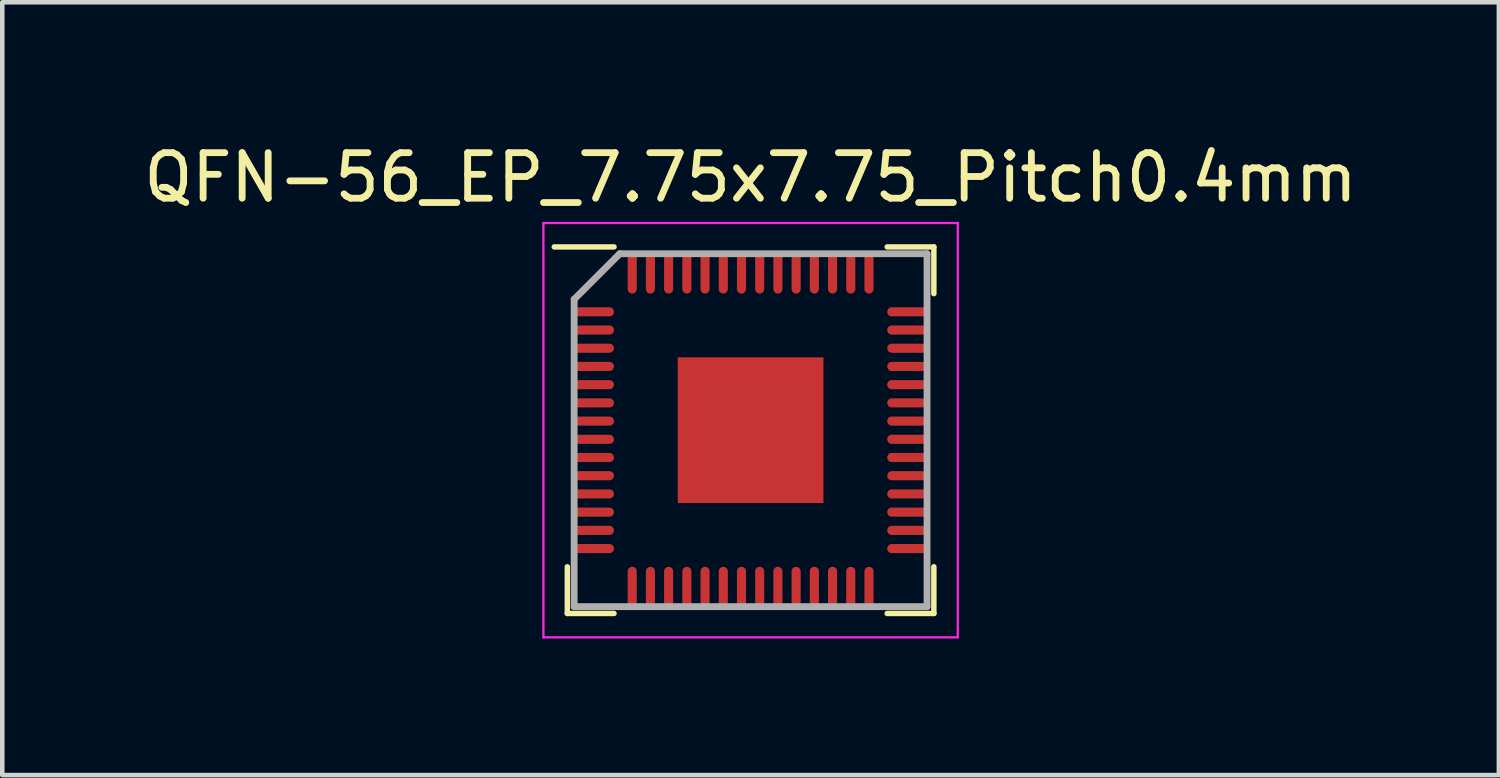
<source format=kicad_pcb>
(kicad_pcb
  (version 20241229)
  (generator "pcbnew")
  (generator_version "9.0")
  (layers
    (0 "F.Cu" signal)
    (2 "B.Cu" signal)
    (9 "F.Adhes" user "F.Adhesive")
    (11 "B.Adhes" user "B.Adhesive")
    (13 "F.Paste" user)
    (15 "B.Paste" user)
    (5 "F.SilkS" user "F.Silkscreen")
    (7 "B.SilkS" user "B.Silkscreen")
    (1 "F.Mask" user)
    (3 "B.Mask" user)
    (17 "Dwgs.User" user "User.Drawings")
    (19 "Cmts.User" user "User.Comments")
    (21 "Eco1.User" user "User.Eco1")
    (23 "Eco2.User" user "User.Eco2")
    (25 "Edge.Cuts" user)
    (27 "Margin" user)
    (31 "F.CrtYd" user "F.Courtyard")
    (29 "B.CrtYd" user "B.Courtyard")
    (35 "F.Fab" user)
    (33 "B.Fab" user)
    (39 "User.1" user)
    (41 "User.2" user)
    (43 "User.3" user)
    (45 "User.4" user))
  (footprint "QFN-56_EP_7.75x7.75_Pitch0.4mm"
    (layer "F.Cu")
    (at 13.435 6.398)
    (property "Reference" "QFN-56_EP_7.75x7.75_Pitch0.4mm" (at 0 -5.55 0) (layer "F.SilkS") (effects (font (size 1 1) (thickness 0.15))))
    (attr through_hole)
    (fp_line (start -4.025 4.025) (end -4.025 3) (stroke (width 0.12) (type solid)) (layer "F.SilkS"))
    (fp_line (start -3 -4.025) (end -4.312 -4.025) (stroke (width 0.12) (type solid)) (layer "F.SilkS"))
    (fp_line (start -3 4.025) (end -4.025 4.025) (stroke (width 0.12) (type solid)) (layer "F.SilkS"))
    (fp_line (start 3 -4.025) (end 4.025 -4.025) (stroke (width 0.12) (type solid)) (layer "F.SilkS"))
    (fp_line (start 3 4.025) (end 4.025 4.025) (stroke (width 0.12) (type solid)) (layer "F.SilkS"))
    (fp_line (start 4.025 -4.025) (end 4.025 -3) (stroke (width 0.12) (type solid)) (layer "F.SilkS"))
    (fp_line (start 4.025 4.025) (end 4.025 3) (stroke (width 0.12) (type solid)) (layer "F.SilkS"))
    (fp_line (start -4.55 -4.55) (end 4.55 -4.55) (stroke (width 0.05) (type solid)) (layer "F.CrtYd"))
    (fp_line (start -4.55 4.55) (end -4.55 -4.55) (stroke (width 0.05) (type solid)) (layer "F.CrtYd"))
    (fp_line (start 4.55 -4.55) (end 4.55 4.55) (stroke (width 0.05) (type solid)) (layer "F.CrtYd"))
    (fp_line (start 4.55 4.55) (end -4.55 4.55) (stroke (width 0.05) (type solid)) (layer "F.CrtYd"))
    (fp_line (start -3.875 -2.875) (end -3.875 3.875) (stroke (width 0.15) (type solid)) (layer "F.Fab"))
    (fp_line (start -3.875 3.875) (end 3.875 3.875) (stroke (width 0.15) (type solid)) (layer "F.Fab"))
    (fp_line (start -2.875 -3.875) (end -3.875 -2.875) (stroke (width 0.15) (type solid)) (layer "F.Fab"))
    (fp_line (start 3.875 -3.875) (end -2.875 -3.875) (stroke (width 0.15) (type solid)) (layer "F.Fab"))
    (fp_line (start 3.875 3.875) (end 3.875 -3.875) (stroke (width 0.15) (type solid)) (layer "F.Fab"))
    (pad "1" smd oval (at -3.438 -2.6 90) (size 0.2 0.875) (layers "F.Cu" "F.Mask" "F.Paste"))
    (pad "2" smd oval (at -3.438 -2.2 90) (size 0.2 0.875) (layers "F.Cu" "F.Mask" "F.Paste"))
    (pad "3" smd oval (at -3.438 -1.8 90) (size 0.2 0.875) (layers "F.Cu" "F.Mask" "F.Paste"))
    (pad "4" smd oval (at -3.438 -1.4 90) (size 0.2 0.875) (layers "F.Cu" "F.Mask" "F.Paste"))
    (pad "5" smd oval (at -3.438 -1 90) (size 0.2 0.875) (layers "F.Cu" "F.Mask" "F.Paste"))
    (pad "6" smd oval (at -3.438 -0.6 90) (size 0.2 0.875) (layers "F.Cu" "F.Mask" "F.Paste"))
    (pad "7" smd oval (at -3.438 -0.2 90) (size 0.2 0.875) (layers "F.Cu" "F.Mask" "F.Paste"))
    (pad "8" smd oval (at -3.438 0.2 90) (size 0.2 0.875) (layers "F.Cu" "F.Mask" "F.Paste"))
    (pad "9" smd oval (at -3.438 0.6 90) (size 0.2 0.875) (layers "F.Cu" "F.Mask" "F.Paste"))
    (pad "10" smd oval (at -3.438 1 90) (size 0.2 0.875) (layers "F.Cu" "F.Mask" "F.Paste"))
    (pad "11" smd oval (at -3.438 1.4 90) (size 0.2 0.875) (layers "F.Cu" "F.Mask" "F.Paste"))
    (pad "12" smd oval (at -3.438 1.8 90) (size 0.2 0.875) (layers "F.Cu" "F.Mask" "F.Paste"))
    (pad "13" smd oval (at -3.438 2.2 90) (size 0.2 0.875) (layers "F.Cu" "F.Mask" "F.Paste"))
    (pad "14" smd oval (at -3.438 2.6 90) (size 0.2 0.875) (layers "F.Cu" "F.Mask" "F.Paste"))
    (pad "15" smd oval (at -2.6 3.438) (size 0.2 0.875) (layers "F.Cu" "F.Mask" "F.Paste"))
    (pad "16" smd oval (at -2.2 3.438) (size 0.2 0.875) (layers "F.Cu" "F.Mask" "F.Paste"))
    (pad "17" smd oval (at -1.8 3.438) (size 0.2 0.875) (layers "F.Cu" "F.Mask" "F.Paste"))
    (pad "18" smd oval (at -1.4 3.438) (size 0.2 0.875) (layers "F.Cu" "F.Mask" "F.Paste"))
    (pad "19" smd oval (at -1 3.438) (size 0.2 0.875) (layers "F.Cu" "F.Mask" "F.Paste"))
    (pad "20" smd oval (at -0.6 3.438) (size 0.2 0.875) (layers "F.Cu" "F.Mask" "F.Paste"))
    (pad "21" smd oval (at -0.2 3.438) (size 0.2 0.875) (layers "F.Cu" "F.Mask" "F.Paste"))
    (pad "22" smd oval (at 0.2 3.438) (size 0.2 0.875) (layers "F.Cu" "F.Mask" "F.Paste"))
    (pad "23" smd oval (at 0.6 3.438) (size 0.2 0.875) (layers "F.Cu" "F.Mask" "F.Paste"))
    (pad "24" smd oval (at 1 3.438) (size 0.2 0.875) (layers "F.Cu" "F.Mask" "F.Paste"))
    (pad "25" smd oval (at 1.4 3.438) (size 0.2 0.875) (layers "F.Cu" "F.Mask" "F.Paste"))
    (pad "26" smd oval (at 1.8 3.438) (size 0.2 0.875) (layers "F.Cu" "F.Mask" "F.Paste"))
    (pad "27" smd oval (at 2.2 3.438) (size 0.2 0.875) (layers "F.Cu" "F.Mask" "F.Paste"))
    (pad "28" smd oval (at 2.6 3.438) (size 0.2 0.875) (layers "F.Cu" "F.Mask" "F.Paste"))
    (pad "29" smd oval (at 3.438 2.6 90) (size 0.2 0.875) (layers "F.Cu" "F.Mask" "F.Paste"))
    (pad "30" smd oval (at 3.438 2.2 90) (size 0.2 0.875) (layers "F.Cu" "F.Mask" "F.Paste"))
    (pad "31" smd oval (at 3.438 1.8 90) (size 0.2 0.875) (layers "F.Cu" "F.Mask" "F.Paste"))
    (pad "32" smd oval (at 3.438 1.4 90) (size 0.2 0.875) (layers "F.Cu" "F.Mask" "F.Paste"))
    (pad "33" smd oval (at 3.438 1 90) (size 0.2 0.875) (layers "F.Cu" "F.Mask" "F.Paste"))
    (pad "34" smd oval (at 3.438 0.6 90) (size 0.2 0.875) (layers "F.Cu" "F.Mask" "F.Paste"))
    (pad "35" smd oval (at 3.438 0.2 90) (size 0.2 0.875) (layers "F.Cu" "F.Mask" "F.Paste"))
    (pad "36" smd oval (at 3.438 -0.2 90) (size 0.2 0.875) (layers "F.Cu" "F.Mask" "F.Paste"))
    (pad "37" smd oval (at 3.438 -0.6 90) (size 0.2 0.875) (layers "F.Cu" "F.Mask" "F.Paste"))
    (pad "38" smd oval (at 3.438 -1 90) (size 0.2 0.875) (layers "F.Cu" "F.Mask" "F.Paste"))
    (pad "39" smd oval (at 3.438 -1.4 90) (size 0.2 0.875) (layers "F.Cu" "F.Mask" "F.Paste"))
    (pad "40" smd oval (at 3.438 -1.8 90) (size 0.2 0.875) (layers "F.Cu" "F.Mask" "F.Paste"))
    (pad "41" smd oval (at 3.438 -2.2 90) (size 0.2 0.875) (layers "F.Cu" "F.Mask" "F.Paste"))
    (pad "42" smd oval (at 3.438 -2.6 90) (size 0.2 0.875) (layers "F.Cu" "F.Mask" "F.Paste"))
    (pad "43" smd oval (at 2.6 -3.438) (size 0.2 0.875) (layers "F.Cu" "F.Mask" "F.Paste"))
    (pad "44" smd oval (at 2.2 -3.438) (size 0.2 0.875) (layers "F.Cu" "F.Mask" "F.Paste"))
    (pad "45" smd oval (at 1.8 -3.438) (size 0.2 0.875) (layers "F.Cu" "F.Mask" "F.Paste"))
    (pad "46" smd oval (at 1.4 -3.438) (size 0.2 0.875) (layers "F.Cu" "F.Mask" "F.Paste"))
    (pad "47" smd oval (at 1 -3.438) (size 0.2 0.875) (layers "F.Cu" "F.Mask" "F.Paste"))
    (pad "48" smd oval (at 0.6 -3.438) (size 0.2 0.875) (layers "F.Cu" "F.Mask" "F.Paste"))
    (pad "49" smd oval (at 0.2 -3.438) (size 0.2 0.875) (layers "F.Cu" "F.Mask" "F.Paste"))
    (pad "50" smd oval (at -0.2 -3.438) (size 0.2 0.875) (layers "F.Cu" "F.Mask" "F.Paste"))
    (pad "51" smd oval (at -0.6 -3.438) (size 0.2 0.875) (layers "F.Cu" "F.Mask" "F.Paste"))
    (pad "52" smd oval (at -1 -3.438) (size 0.2 0.875) (layers "F.Cu" "F.Mask" "F.Paste"))
    (pad "53" smd oval (at -1.4 -3.438) (size 0.2 0.875) (layers "F.Cu" "F.Mask" "F.Paste"))
    (pad "54" smd oval (at -1.8 -3.438) (size 0.2 0.875) (layers "F.Cu" "F.Mask" "F.Paste"))
    (pad "55" smd oval (at -2.2 -3.438) (size 0.2 0.875) (layers "F.Cu" "F.Mask" "F.Paste"))
    (pad "56" smd oval (at -2.6 -3.438) (size 0.2 0.875) (layers "F.Cu" "F.Mask" "F.Paste"))
    (pad "57" smd rect (at 0 0) (size 3.2 3.2) (layers "F.Cu" "F.Mask" "F.Paste")))
  (gr_rect
    (start -3 -3)
    (end 29.869 13.973)
    (stroke (width 0.1) (type default))
    (fill no)
    (layer "Edge.Cuts")))
</source>
